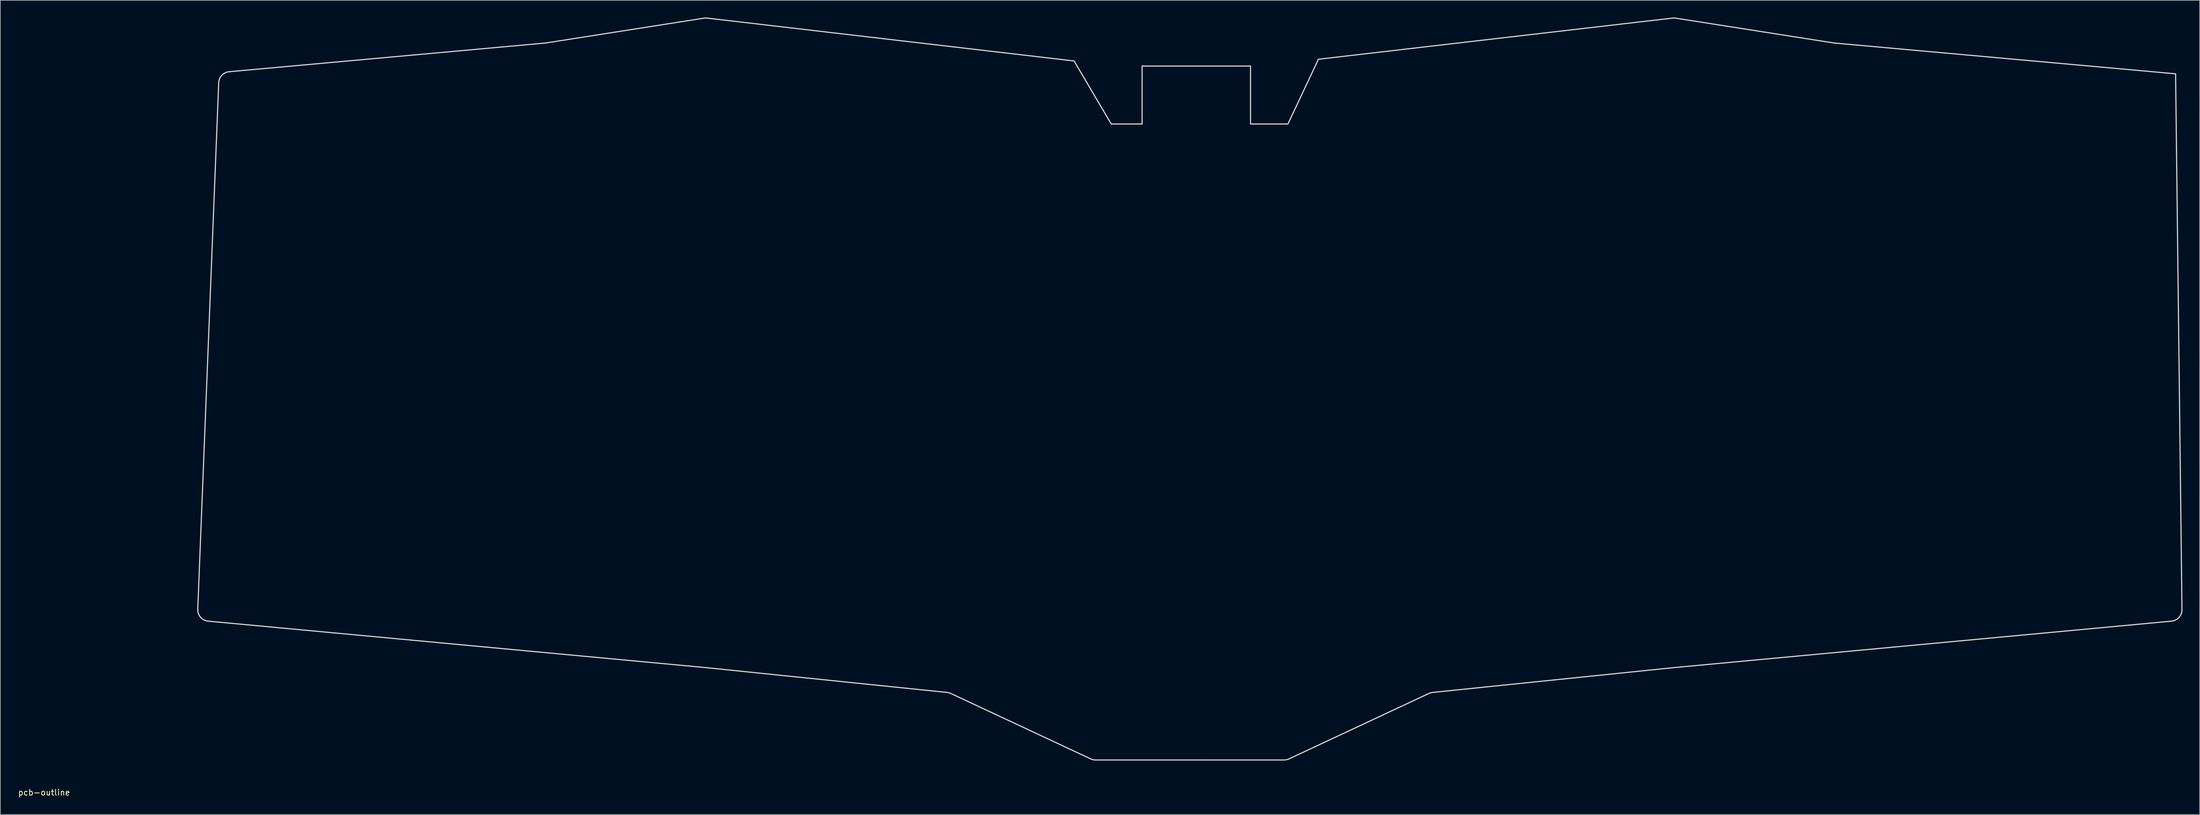
<source format=kicad_pcb>
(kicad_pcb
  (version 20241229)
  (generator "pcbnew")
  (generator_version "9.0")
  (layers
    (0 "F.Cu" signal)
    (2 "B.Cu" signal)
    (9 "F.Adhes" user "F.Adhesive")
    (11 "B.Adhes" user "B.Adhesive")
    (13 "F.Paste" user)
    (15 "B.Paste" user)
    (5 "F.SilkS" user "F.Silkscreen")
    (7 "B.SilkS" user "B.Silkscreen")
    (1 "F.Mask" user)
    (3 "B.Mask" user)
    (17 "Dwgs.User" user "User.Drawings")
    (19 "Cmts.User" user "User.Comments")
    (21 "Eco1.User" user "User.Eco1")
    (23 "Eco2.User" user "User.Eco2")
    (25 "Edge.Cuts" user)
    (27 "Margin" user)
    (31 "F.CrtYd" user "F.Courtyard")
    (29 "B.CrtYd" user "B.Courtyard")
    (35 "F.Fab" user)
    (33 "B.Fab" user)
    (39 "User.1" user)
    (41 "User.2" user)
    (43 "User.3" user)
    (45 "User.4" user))
  (footprint "pcb-outline"
    (layer "F.Cu")
    (at 4.649 134.972)
    (property "Reference" "pcb-outline" (at 0 0.5 0) (layer "F.SilkS") (effects (font (size 1 1) (thickness 0.15))))
    (attr through_hole)
    (fp_curve (pts (xy 26.824 -31.529) (xy 26.824 -31.529) (xy 30.483 -123.566) (xy 30.483 -123.566)) (stroke (width 0.2) (type solid)) (layer "Edge.Cuts"))
    (fp_curve (pts (xy 28.642 -29.452) (xy 27.58 -29.551) (xy 26.782 -30.463) (xy 26.824 -31.529)) (stroke (width 0.2) (type solid)) (layer "Edge.Cuts"))
    (fp_curve (pts (xy 30.483 -123.566) (xy 30.523 -124.573) (xy 31.303 -125.393) (xy 32.306 -125.485)) (stroke (width 0.2) (type solid)) (layer "Edge.Cuts"))
    (fp_curve (pts (xy 32.306 -125.485) (xy 32.306 -125.485) (xy 87.495 -130.498) (xy 87.495 -130.498)) (stroke (width 0.2) (type solid)) (layer "Edge.Cuts"))
    (fp_curve (pts (xy 87.495 -130.498) (xy 87.539 -130.502) (xy 87.582 -130.508) (xy 87.625 -130.515)) (stroke (width 0.2) (type solid)) (layer "Edge.Cuts"))
    (fp_curve (pts (xy 87.625 -130.515) (xy 87.625 -130.515) (xy 115.21 -134.848) (xy 115.21 -134.848)) (stroke (width 0.2) (type solid)) (layer "Edge.Cuts"))
    (fp_curve (pts (xy 115.21 -134.848) (xy 115.391 -134.876) (xy 115.574 -134.879) (xy 115.755 -134.858)) (stroke (width 0.2) (type solid)) (layer "Edge.Cuts"))
    (fp_curve (pts (xy 115.482 -21.334) (xy 115.482 -21.334) (xy 28.642 -29.452) (xy 28.642 -29.452)) (stroke (width 0.2) (type solid)) (layer "Edge.Cuts"))
    (fp_curve (pts (xy 115.755 -134.858) (xy 115.755 -134.858) (xy 179.819 -127.365) (xy 179.819 -127.365)) (stroke (width 0.2) (type solid)) (layer "Edge.Cuts"))
    (fp_curve (pts (xy 157.65 -16.991) (xy 157.65 -16.991) (xy 115.482 -21.334) (xy 115.482 -21.334)) (stroke (width 0.2) (type solid)) (layer "Edge.Cuts"))
    (fp_curve (pts (xy 158.295 -16.812) (xy 158.092 -16.908) (xy 157.874 -16.968) (xy 157.65 -16.991)) (stroke (width 0.2) (type solid)) (layer "Edge.Cuts"))
    (fp_curve (pts (xy 179.819 -127.365) (xy 179.819 -127.365) (xy 186.302 -116.347) (xy 186.302 -116.347)) (stroke (width 0.2) (type solid)) (layer "Edge.Cuts"))
    (fp_curve (pts (xy 182.719 -5.374) (xy 182.719 -5.374) (xy 158.295 -16.812) (xy 158.295 -16.812)) (stroke (width 0.2) (type solid)) (layer "Edge.Cuts"))
    (fp_curve (pts (xy 183.57 -5.184) (xy 183.276 -5.184) (xy 182.986 -5.249) (xy 182.719 -5.374)) (stroke (width 0.2) (type solid)) (layer "Edge.Cuts"))
    (fp_curve (pts (xy 186.302 -116.347) (xy 186.302 -116.347) (xy 191.687 -116.347) (xy 191.687 -116.347)) (stroke (width 0.2) (type solid)) (layer "Edge.Cuts"))
    (fp_curve (pts (xy 191.687 -126.482) (xy 191.687 -126.482) (xy 210.613 -126.482) (xy 210.613 -126.482)) (stroke (width 0.2) (type solid)) (layer "Edge.Cuts"))
    (fp_curve (pts (xy 191.687 -116.347) (xy 191.687 -116.347) (xy 191.687 -126.482) (xy 191.687 -126.482)) (stroke (width 0.2) (type solid)) (layer "Edge.Cuts"))
    (fp_curve (pts (xy 199.263 -5.184) (xy 199.263 -5.184) (xy 183.57 -5.184) (xy 183.57 -5.184)) (stroke (width 0.2) (type solid)) (layer "Edge.Cuts"))
    (fp_curve (pts (xy 202.526 -5.184) (xy 202.526 -5.184) (xy 199.263 -5.184) (xy 199.263 -5.184)) (stroke (width 0.2) (type solid)) (layer "Edge.Cuts"))
    (fp_curve (pts (xy 210.613 -126.482) (xy 210.613 -126.482) (xy 210.613 -116.347) (xy 210.613 -116.347)) (stroke (width 0.2) (type solid)) (layer "Edge.Cuts"))
    (fp_curve (pts (xy 210.613 -116.347) (xy 210.613 -116.347) (xy 217.142 -116.347) (xy 217.142 -116.347)) (stroke (width 0.2) (type solid)) (layer "Edge.Cuts"))
    (fp_curve (pts (xy 216.48 -5.184) (xy 216.48 -5.184) (xy 202.526 -5.184) (xy 202.526 -5.184)) (stroke (width 0.2) (type solid)) (layer "Edge.Cuts"))
    (fp_curve (pts (xy 217.142 -116.347) (xy 217.142 -116.347) (xy 222.472 -127.667) (xy 222.472 -127.667)) (stroke (width 0.2) (type solid)) (layer "Edge.Cuts"))
    (fp_curve (pts (xy 217.33 -5.374) (xy 217.064 -5.249) (xy 216.774 -5.184) (xy 216.48 -5.184)) (stroke (width 0.2) (type solid)) (layer "Edge.Cuts"))
    (fp_curve (pts (xy 222.472 -127.667) (xy 222.472 -127.667) (xy 284.295 -134.858) (xy 284.295 -134.858)) (stroke (width 0.2) (type solid)) (layer "Edge.Cuts"))
    (fp_curve (pts (xy 241.754 -16.812) (xy 241.754 -16.812) (xy 217.33 -5.374) (xy 217.33 -5.374)) (stroke (width 0.2) (type solid)) (layer "Edge.Cuts"))
    (fp_curve (pts (xy 242.4 -16.991) (xy 242.176 -16.968) (xy 241.958 -16.908) (xy 241.754 -16.812)) (stroke (width 0.2) (type solid)) (layer "Edge.Cuts"))
    (fp_curve (pts (xy 284.295 -134.858) (xy 284.476 -134.879) (xy 284.659 -134.876) (xy 284.839 -134.848)) (stroke (width 0.2) (type solid)) (layer "Edge.Cuts"))
    (fp_curve (pts (xy 284.568 -21.334) (xy 284.568 -21.334) (xy 242.4 -16.991) (xy 242.4 -16.991)) (stroke (width 0.2) (type solid)) (layer "Edge.Cuts"))
    (fp_curve (pts (xy 284.839 -134.848) (xy 284.839 -134.848) (xy 312.425 -130.515) (xy 312.425 -130.515)) (stroke (width 0.2) (type solid)) (layer "Edge.Cuts"))
    (fp_curve (pts (xy 312.425 -130.515) (xy 312.468 -130.508) (xy 312.511 -130.502) (xy 312.555 -130.498)) (stroke (width 0.2) (type solid)) (layer "Edge.Cuts"))
    (fp_curve (pts (xy 312.555 -130.498) (xy 312.555 -130.498) (xy 372.114 -125.12) (xy 372.114 -125.12)) (stroke (width 0.2) (type solid)) (layer "Edge.Cuts"))
    (fp_curve (pts (xy 371.408 -29.452) (xy 371.408 -29.452) (xy 284.568 -21.334) (xy 284.568 -21.334)) (stroke (width 0.2) (type solid)) (layer "Edge.Cuts"))
    (fp_curve (pts (xy 372.114 -125.12) (xy 372.114 -125.12) (xy 373.226 -31.529) (xy 373.226 -31.529)) (stroke (width 0.2) (type solid)) (layer "Edge.Cuts"))
    (fp_curve (pts (xy 373.226 -31.529) (xy 373.268 -30.463) (xy 372.47 -29.551) (xy 371.408 -29.452)) (stroke (width 0.2) (type solid)) (layer "Edge.Cuts")))
  (gr_rect
    (start -3 -3)
    (end 380.975 139.32)
    (stroke (width 0.1) (type default))
    (fill no)
    (layer "Edge.Cuts")))
</source>
